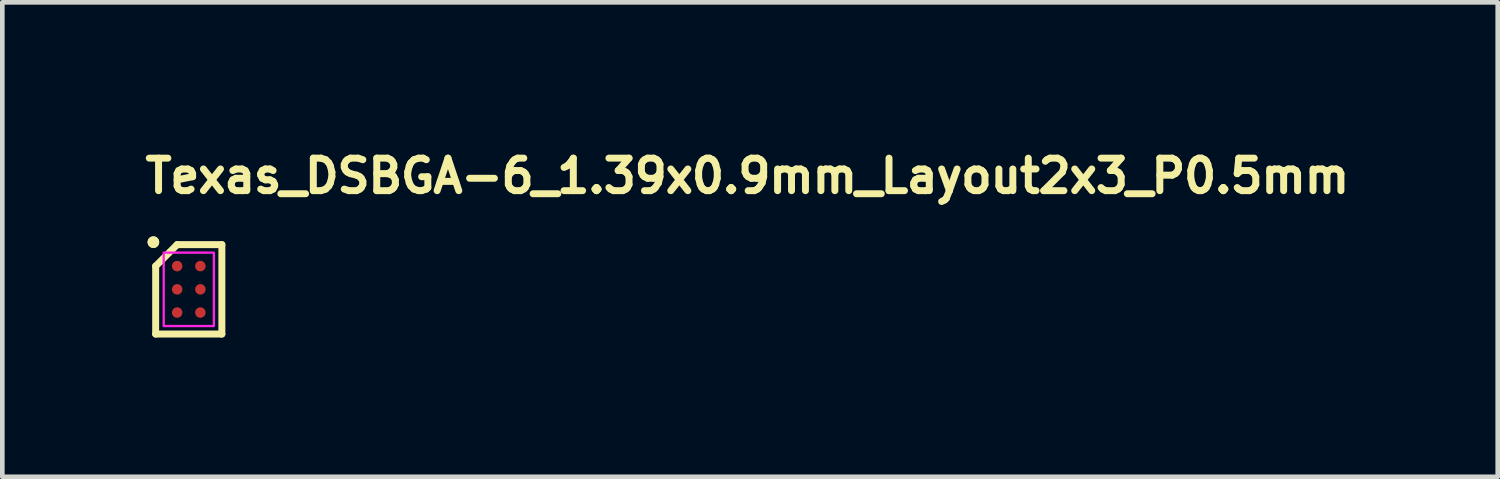
<source format=kicad_pcb>
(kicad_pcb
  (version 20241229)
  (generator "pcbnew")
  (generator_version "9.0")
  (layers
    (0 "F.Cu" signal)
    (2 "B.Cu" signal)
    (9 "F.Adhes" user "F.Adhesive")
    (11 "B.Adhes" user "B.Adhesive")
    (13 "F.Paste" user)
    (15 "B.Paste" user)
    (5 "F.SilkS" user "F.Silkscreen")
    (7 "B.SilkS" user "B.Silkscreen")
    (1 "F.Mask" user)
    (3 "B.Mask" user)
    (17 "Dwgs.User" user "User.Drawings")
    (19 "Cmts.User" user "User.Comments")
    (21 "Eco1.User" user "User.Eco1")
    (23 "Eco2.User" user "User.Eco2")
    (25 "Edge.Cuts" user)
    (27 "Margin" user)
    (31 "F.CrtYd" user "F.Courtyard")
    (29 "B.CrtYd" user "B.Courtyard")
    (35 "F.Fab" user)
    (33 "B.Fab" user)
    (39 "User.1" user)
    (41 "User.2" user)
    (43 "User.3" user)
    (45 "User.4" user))
  (footprint "Texas_DSBGA-6_1.39x0.9mm_Layout2x3_P0.5mm"
    (layer "F.Cu")
    (at 1.016 3.182)
    (property "Reference" "Texas_DSBGA-6_1.39x0.9mm_Layout2x3_P0.5mm" (at -1.016 -2.032 0) (layer "F.SilkS") (effects (font (size 0.7 0.7) (thickness 0.15)) (justify left bottom)))
    (attr smd)
    (fp_line (start -0.713 -0.5) (end -0.25 -0.963) (stroke (width 0.15) (type solid)) (layer "F.SilkS"))
    (fp_line (start -0.713 0.963) (end -0.713 -0.5) (stroke (width 0.15) (type solid)) (layer "F.SilkS"))
    (fp_line (start -0.25 -0.963) (end 0.713 -0.963) (stroke (width 0.15) (type solid)) (layer "F.SilkS"))
    (fp_line (start 0.713 -0.963) (end 0.713 0.963) (stroke (width 0.15) (type solid)) (layer "F.SilkS"))
    (fp_line (start 0.713 0.963) (end -0.713 0.963) (stroke (width 0.15) (type solid)) (layer "F.SilkS"))
    (fp_circle (center -0.762 -1.016) (end -0.712 -1.016) (stroke (width 0.15) (type solid)) (fill yes) (layer "F.SilkS"))
    (fp_circle (center -0.762 -1.016) (end -0.712 -1.016) (stroke (width 0.15) (type solid)) (fill yes) (layer "F.SilkS"))
    (fp_rect (start -0.54 -0.79) (end 0.54 0.79) (stroke (width 0.05) (type solid)) (fill no) (layer "F.CrtYd"))
    (fp_rect (start -0.444 -0.694) (end 0.444 0.694) (stroke (width 0.1) (type solid)) (fill no) (layer "User.5"))
    (fp_line (start -0.444 -0.694) (end 0.444 -0.694) (stroke (width 0.02) (type solid)) (layer "User.9"))
    (fp_line (start -0.444 0.694) (end -0.444 -0.694) (stroke (width 0.02) (type solid)) (layer "User.9"))
    (fp_line (start -0.444 0.694) (end 0.444 0.694) (stroke (width 0.02) (type solid)) (layer "User.9"))
    (fp_line (start -0.388 -0.591) (end -0.388 -0.589) (stroke (width 0.02) (type solid)) (layer "User.9"))
    (fp_line (start -0.388 -0.589) (end -0.388 -0.586) (stroke (width 0.02) (type solid)) (layer "User.9"))
    (fp_line (start -0.388 -0.586) (end -0.388 -0.583) (stroke (width 0.02) (type solid)) (layer "User.9"))
    (fp_line (start -0.388 -0.583) (end -0.388 -0.58) (stroke (width 0.02) (type solid)) (layer "User.9"))
    (fp_line (start -0.388 -0.58) (end -0.388 -0.577) (stroke (width 0.02) (type solid)) (layer "User.9"))
    (fp_line (start -0.388 -0.577) (end -0.388 -0.575) (stroke (width 0.02) (type solid)) (layer "User.9"))
    (fp_line (start -0.388 -0.575) (end -0.387 -0.572) (stroke (width 0.02) (type solid)) (layer "User.9"))
    (fp_line (start -0.387 -0.597) (end -0.387 -0.594) (stroke (width 0.02) (type solid)) (layer "User.9"))
    (fp_line (start -0.387 -0.594) (end -0.388 -0.591) (stroke (width 0.02) (type solid)) (layer "User.9"))
    (fp_line (start -0.387 -0.572) (end -0.387 -0.569) (stroke (width 0.02) (type solid)) (layer "User.9"))
    (fp_line (start -0.387 -0.569) (end -0.386 -0.566) (stroke (width 0.02) (type solid)) (layer "User.9"))
    (fp_line (start -0.386 -0.6) (end -0.387 -0.597) (stroke (width 0.02) (type solid)) (layer "User.9"))
    (fp_line (start -0.386 -0.566) (end -0.385 -0.564) (stroke (width 0.02) (type solid)) (layer "User.9"))
    (fp_line (start -0.385 -0.602) (end -0.386 -0.6) (stroke (width 0.02) (type solid)) (layer "User.9"))
    (fp_line (start -0.385 -0.564) (end -0.384 -0.561) (stroke (width 0.02) (type solid)) (layer "User.9"))
    (fp_line (start -0.384 -0.605) (end -0.385 -0.602) (stroke (width 0.02) (type solid)) (layer "User.9"))
    (fp_line (start -0.384 -0.561) (end -0.383 -0.559) (stroke (width 0.02) (type solid)) (layer "User.9"))
    (fp_line (start -0.383 -0.607) (end -0.384 -0.605) (stroke (width 0.02) (type solid)) (layer "User.9"))
    (fp_line (start -0.383 -0.559) (end -0.382 -0.557) (stroke (width 0.02) (type solid)) (layer "User.9"))
    (fp_line (start -0.382 -0.609) (end -0.383 -0.607) (stroke (width 0.02) (type solid)) (layer "User.9"))
    (fp_line (start -0.382 -0.557) (end -0.38 -0.554) (stroke (width 0.02) (type solid)) (layer "User.9"))
    (fp_line (start -0.38 -0.612) (end -0.382 -0.609) (stroke (width 0.02) (type solid)) (layer "User.9"))
    (fp_line (start -0.38 -0.554) (end -0.379 -0.552) (stroke (width 0.02) (type solid)) (layer "User.9"))
    (fp_line (start -0.379 -0.614) (end -0.38 -0.612) (stroke (width 0.02) (type solid)) (layer "User.9"))
    (fp_line (start -0.379 -0.552) (end -0.377 -0.55) (stroke (width 0.02) (type solid)) (layer "User.9"))
    (fp_line (start -0.377 -0.616) (end -0.379 -0.614) (stroke (width 0.02) (type solid)) (layer "User.9"))
    (fp_line (start -0.377 -0.55) (end -0.376 -0.548) (stroke (width 0.02) (type solid)) (layer "User.9"))
    (fp_line (start -0.376 -0.618) (end -0.377 -0.616) (stroke (width 0.02) (type solid)) (layer "User.9"))
    (fp_line (start -0.376 -0.548) (end -0.374 -0.546) (stroke (width 0.02) (type solid)) (layer "User.9"))
    (fp_line (start -0.374 -0.62) (end -0.376 -0.618) (stroke (width 0.02) (type solid)) (layer "User.9"))
    (fp_line (start -0.374 -0.546) (end -0.372 -0.544) (stroke (width 0.02) (type solid)) (layer "User.9"))
    (fp_line (start -0.372 -0.622) (end -0.374 -0.62) (stroke (width 0.02) (type solid)) (layer "User.9"))
    (fp_line (start -0.372 -0.544) (end -0.37 -0.542) (stroke (width 0.02) (type solid)) (layer "User.9"))
    (fp_line (start -0.37 -0.624) (end -0.372 -0.622) (stroke (width 0.02) (type solid)) (layer "User.9"))
    (fp_line (start -0.37 -0.542) (end -0.368 -0.54) (stroke (width 0.02) (type solid)) (layer "User.9"))
    (fp_line (start -0.368 -0.626) (end -0.37 -0.624) (stroke (width 0.02) (type solid)) (layer "User.9"))
    (fp_line (start -0.368 -0.54) (end -0.366 -0.539) (stroke (width 0.02) (type solid)) (layer "User.9"))
    (fp_line (start -0.366 -0.627) (end -0.368 -0.626) (stroke (width 0.02) (type solid)) (layer "User.9"))
    (fp_line (start -0.366 -0.539) (end -0.364 -0.537) (stroke (width 0.02) (type solid)) (layer "User.9"))
    (fp_line (start -0.364 -0.629) (end -0.366 -0.627) (stroke (width 0.02) (type solid)) (layer "User.9"))
    (fp_line (start -0.364 -0.537) (end -0.362 -0.536) (stroke (width 0.02) (type solid)) (layer "User.9"))
    (fp_line (start -0.362 -0.63) (end -0.364 -0.629) (stroke (width 0.02) (type solid)) (layer "User.9"))
    (fp_line (start -0.362 -0.536) (end -0.359 -0.534) (stroke (width 0.02) (type solid)) (layer "User.9"))
    (fp_line (start -0.359 -0.632) (end -0.362 -0.63) (stroke (width 0.02) (type solid)) (layer "User.9"))
    (fp_line (start -0.359 -0.534) (end -0.357 -0.533) (stroke (width 0.02) (type solid)) (layer "User.9"))
    (fp_line (start -0.357 -0.633) (end -0.359 -0.632) (stroke (width 0.02) (type solid)) (layer "User.9"))
    (fp_line (start -0.357 -0.533) (end -0.355 -0.532) (stroke (width 0.02) (type solid)) (layer "User.9"))
    (fp_line (start -0.355 -0.634) (end -0.357 -0.633) (stroke (width 0.02) (type solid)) (layer "User.9"))
    (fp_line (start -0.355 -0.532) (end -0.352 -0.531) (stroke (width 0.02) (type solid)) (layer "User.9"))
    (fp_line (start -0.352 -0.635) (end -0.355 -0.634) (stroke (width 0.02) (type solid)) (layer "User.9"))
    (fp_line (start -0.352 -0.531) (end -0.35 -0.53) (stroke (width 0.02) (type solid)) (layer "User.9"))
    (fp_line (start -0.35 -0.636) (end -0.352 -0.635) (stroke (width 0.02) (type solid)) (layer "User.9"))
    (fp_line (start -0.35 -0.53) (end -0.347 -0.529) (stroke (width 0.02) (type solid)) (layer "User.9"))
    (fp_line (start -0.347 -0.637) (end -0.35 -0.636) (stroke (width 0.02) (type solid)) (layer "User.9"))
    (fp_line (start -0.347 -0.529) (end -0.344 -0.529) (stroke (width 0.02) (type solid)) (layer "User.9"))
    (fp_line (start -0.344 -0.637) (end -0.347 -0.637) (stroke (width 0.02) (type solid)) (layer "User.9"))
    (fp_line (start -0.344 -0.529) (end -0.341 -0.528) (stroke (width 0.02) (type solid)) (layer "User.9"))
    (fp_line (start -0.341 -0.638) (end -0.344 -0.637) (stroke (width 0.02) (type solid)) (layer "User.9"))
    (fp_line (start -0.341 -0.528) (end -0.339 -0.528) (stroke (width 0.02) (type solid)) (layer "User.9"))
    (fp_line (start -0.339 -0.638) (end -0.341 -0.638) (stroke (width 0.02) (type solid)) (layer "User.9"))
    (fp_line (start -0.339 -0.528) (end -0.336 -0.528) (stroke (width 0.02) (type solid)) (layer "User.9"))
    (fp_line (start -0.336 -0.638) (end -0.339 -0.638) (stroke (width 0.02) (type solid)) (layer "User.9"))
    (fp_line (start -0.336 -0.528) (end -0.333 -0.528) (stroke (width 0.02) (type solid)) (layer "User.9"))
    (fp_line (start -0.333 -0.638) (end -0.336 -0.638) (stroke (width 0.02) (type solid)) (layer "User.9"))
    (fp_line (start -0.333 -0.528) (end -0.33 -0.528) (stroke (width 0.02) (type solid)) (layer "User.9"))
    (fp_line (start -0.33 -0.638) (end -0.333 -0.638) (stroke (width 0.02) (type solid)) (layer "User.9"))
    (fp_line (start -0.33 -0.528) (end -0.327 -0.528) (stroke (width 0.02) (type solid)) (layer "User.9"))
    (fp_line (start -0.327 -0.638) (end -0.33 -0.638) (stroke (width 0.02) (type solid)) (layer "User.9"))
    (fp_line (start -0.327 -0.528) (end -0.325 -0.528) (stroke (width 0.02) (type solid)) (layer "User.9"))
    (fp_line (start -0.325 -0.638) (end -0.327 -0.638) (stroke (width 0.02) (type solid)) (layer "User.9"))
    (fp_line (start -0.325 -0.528) (end -0.322 -0.529) (stroke (width 0.02) (type solid)) (layer "User.9"))
    (fp_line (start -0.322 -0.637) (end -0.325 -0.638) (stroke (width 0.02) (type solid)) (layer "User.9"))
    (fp_line (start -0.322 -0.529) (end -0.319 -0.529) (stroke (width 0.02) (type solid)) (layer "User.9"))
    (fp_line (start -0.319 -0.637) (end -0.322 -0.637) (stroke (width 0.02) (type solid)) (layer "User.9"))
    (fp_line (start -0.319 -0.529) (end -0.316 -0.53) (stroke (width 0.02) (type solid)) (layer "User.9"))
    (fp_line (start -0.316 -0.636) (end -0.319 -0.637) (stroke (width 0.02) (type solid)) (layer "User.9"))
    (fp_line (start -0.316 -0.53) (end -0.314 -0.531) (stroke (width 0.02) (type solid)) (layer "User.9"))
    (fp_line (start -0.314 -0.635) (end -0.316 -0.636) (stroke (width 0.02) (type solid)) (layer "User.9"))
    (fp_line (start -0.314 -0.531) (end -0.311 -0.532) (stroke (width 0.02) (type solid)) (layer "User.9"))
    (fp_line (start -0.311 -0.634) (end -0.314 -0.635) (stroke (width 0.02) (type solid)) (layer "User.9"))
    (fp_line (start -0.311 -0.532) (end -0.309 -0.533) (stroke (width 0.02) (type solid)) (layer "User.9"))
    (fp_line (start -0.309 -0.633) (end -0.311 -0.634) (stroke (width 0.02) (type solid)) (layer "User.9"))
    (fp_line (start -0.309 -0.533) (end -0.307 -0.534) (stroke (width 0.02) (type solid)) (layer "User.9"))
    (fp_line (start -0.307 -0.632) (end -0.309 -0.633) (stroke (width 0.02) (type solid)) (layer "User.9"))
    (fp_line (start -0.307 -0.534) (end -0.304 -0.536) (stroke (width 0.02) (type solid)) (layer "User.9"))
    (fp_line (start -0.304 -0.63) (end -0.307 -0.632) (stroke (width 0.02) (type solid)) (layer "User.9"))
    (fp_line (start -0.304 -0.536) (end -0.302 -0.537) (stroke (width 0.02) (type solid)) (layer "User.9"))
    (fp_line (start -0.302 -0.629) (end -0.304 -0.63) (stroke (width 0.02) (type solid)) (layer "User.9"))
    (fp_line (start -0.302 -0.537) (end -0.3 -0.539) (stroke (width 0.02) (type solid)) (layer "User.9"))
    (fp_line (start -0.3 -0.627) (end -0.302 -0.629) (stroke (width 0.02) (type solid)) (layer "User.9"))
    (fp_line (start -0.3 -0.539) (end -0.298 -0.54) (stroke (width 0.02) (type solid)) (layer "User.9"))
    (fp_line (start -0.298 -0.626) (end -0.3 -0.627) (stroke (width 0.02) (type solid)) (layer "User.9"))
    (fp_line (start -0.298 -0.54) (end -0.296 -0.542) (stroke (width 0.02) (type solid)) (layer "User.9"))
    (fp_line (start -0.296 -0.624) (end -0.298 -0.626) (stroke (width 0.02) (type solid)) (layer "User.9"))
    (fp_line (start -0.296 -0.542) (end -0.294 -0.544) (stroke (width 0.02) (type solid)) (layer "User.9"))
    (fp_line (start -0.294 -0.622) (end -0.296 -0.624) (stroke (width 0.02) (type solid)) (layer "User.9"))
    (fp_line (start -0.294 -0.544) (end -0.292 -0.546) (stroke (width 0.02) (type solid)) (layer "User.9"))
    (fp_line (start -0.292 -0.62) (end -0.294 -0.622) (stroke (width 0.02) (type solid)) (layer "User.9"))
    (fp_line (start -0.292 -0.546) (end -0.29 -0.548) (stroke (width 0.02) (type solid)) (layer "User.9"))
    (fp_line (start -0.29 -0.618) (end -0.292 -0.62) (stroke (width 0.02) (type solid)) (layer "User.9"))
    (fp_line (start -0.29 -0.548) (end -0.289 -0.55) (stroke (width 0.02) (type solid)) (layer "User.9"))
    (fp_line (start -0.289 -0.616) (end -0.29 -0.618) (stroke (width 0.02) (type solid)) (layer "User.9"))
    (fp_line (start -0.289 -0.55) (end -0.287 -0.552) (stroke (width 0.02) (type solid)) (layer "User.9"))
    (fp_line (start -0.287 -0.614) (end -0.289 -0.616) (stroke (width 0.02) (type solid)) (layer "User.9"))
    (fp_line (start -0.287 -0.552) (end -0.286 -0.554) (stroke (width 0.02) (type solid)) (layer "User.9"))
    (fp_line (start -0.286 -0.612) (end -0.287 -0.614) (stroke (width 0.02) (type solid)) (layer "User.9"))
    (fp_line (start -0.286 -0.554) (end -0.284 -0.557) (stroke (width 0.02) (type solid)) (layer "User.9"))
    (fp_line (start -0.284 -0.609) (end -0.286 -0.612) (stroke (width 0.02) (type solid)) (layer "User.9"))
    (fp_line (start -0.284 -0.557) (end -0.283 -0.559) (stroke (width 0.02) (type solid)) (layer "User.9"))
    (fp_line (start -0.283 -0.607) (end -0.284 -0.609) (stroke (width 0.02) (type solid)) (layer "User.9"))
    (fp_line (start -0.283 -0.559) (end -0.282 -0.561) (stroke (width 0.02) (type solid)) (layer "User.9"))
    (fp_line (start -0.282 -0.605) (end -0.283 -0.607) (stroke (width 0.02) (type solid)) (layer "User.9"))
    (fp_line (start -0.282 -0.561) (end -0.281 -0.564) (stroke (width 0.02) (type solid)) (layer "User.9"))
    (fp_line (start -0.281 -0.602) (end -0.282 -0.605) (stroke (width 0.02) (type solid)) (layer "User.9"))
    (fp_line (start -0.281 -0.564) (end -0.28 -0.566) (stroke (width 0.02) (type solid)) (layer "User.9"))
    (fp_line (start -0.28 -0.6) (end -0.281 -0.602) (stroke (width 0.02) (type solid)) (layer "User.9"))
    (fp_line (start -0.28 -0.566) (end -0.279 -0.569) (stroke (width 0.02) (type solid)) (layer "User.9"))
    (fp_line (start -0.279 -0.597) (end -0.28 -0.6) (stroke (width 0.02) (type solid)) (layer "User.9"))
    (fp_line (start -0.279 -0.594) (end -0.279 -0.597) (stroke (width 0.02) (type solid)) (layer "User.9"))
    (fp_line (start -0.279 -0.572) (end -0.278 -0.575) (stroke (width 0.02) (type solid)) (layer "User.9"))
    (fp_line (start -0.279 -0.569) (end -0.279 -0.572) (stroke (width 0.02) (type solid)) (layer "User.9"))
    (fp_line (start -0.278 -0.591) (end -0.279 -0.594) (stroke (width 0.02) (type solid)) (layer "User.9"))
    (fp_line (start -0.278 -0.589) (end -0.278 -0.591) (stroke (width 0.02) (type solid)) (layer "User.9"))
    (fp_line (start -0.278 -0.586) (end -0.278 -0.589) (stroke (width 0.02) (type solid)) (layer "User.9"))
    (fp_line (start -0.278 -0.583) (end -0.278 -0.586) (stroke (width 0.02) (type solid)) (layer "User.9"))
    (fp_line (start -0.278 -0.58) (end -0.278 -0.583) (stroke (width 0.02) (type solid)) (layer "User.9"))
    (fp_line (start -0.278 -0.577) (end -0.278 -0.58) (stroke (width 0.02) (type solid)) (layer "User.9"))
    (fp_line (start -0.278 -0.575) (end -0.278 -0.577) (stroke (width 0.02) (type solid)) (layer "User.9"))
    (fp_line (start 0.444 0.694) (end 0.444 -0.694) (stroke (width 0.02) (type solid)) (layer "User.9"))
    (pad "A1" smd circle (at -0.25 -0.5 90) (size 0.226 0.226) (layers "F.Cu" "F.Mask" "F.Paste"))
    (pad "A2" smd circle (at 0.25 -0.5 90) (size 0.226 0.226) (layers "F.Cu" "F.Mask" "F.Paste"))
    (pad "B1" smd circle (at -0.25 0 90) (size 0.226 0.226) (layers "F.Cu" "F.Mask" "F.Paste"))
    (pad "B2" smd circle (at 0.25 0 90) (size 0.226 0.226) (layers "F.Cu" "F.Mask" "F.Paste"))
    (pad "C1" smd circle (at -0.25 0.5 90) (size 0.226 0.226) (layers "F.Cu" "F.Mask" "F.Paste"))
    (pad "C2" smd circle (at 0.25 0.5 90) (size 0.226 0.226) (layers "F.Cu" "F.Mask" "F.Paste")))
  (gr_rect
    (start -3 -3)
    (end 29.21 7.22)
    (stroke (width 0.1) (type default))
    (fill no)
    (layer "Edge.Cuts")))
</source>
